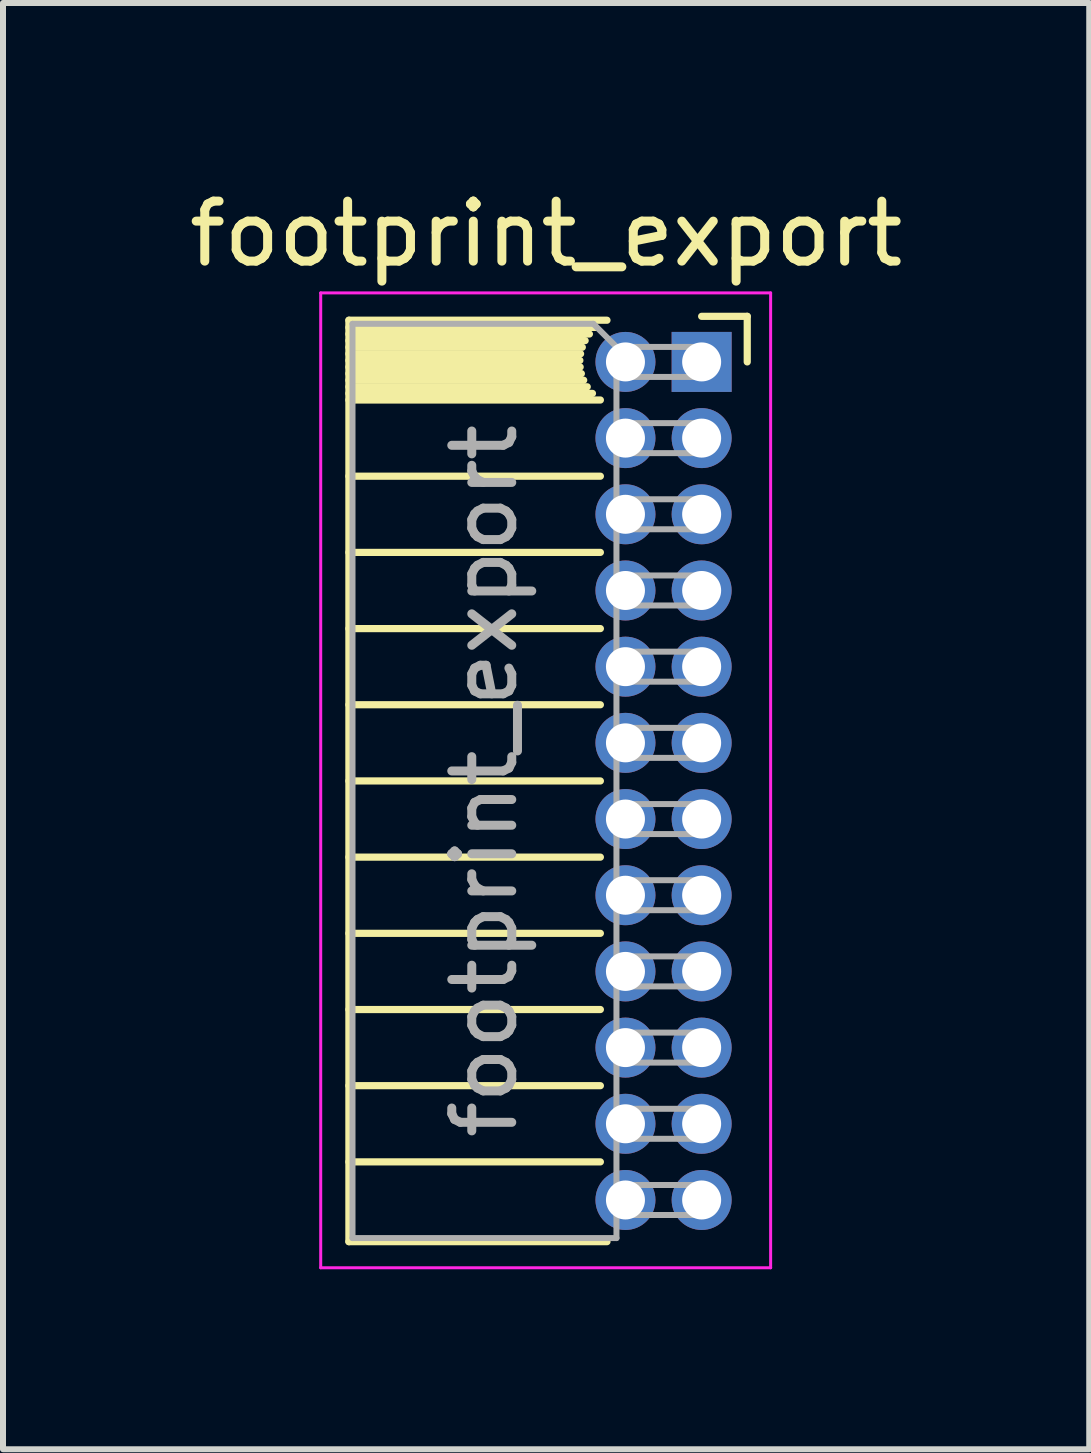
<source format=kicad_pcb>
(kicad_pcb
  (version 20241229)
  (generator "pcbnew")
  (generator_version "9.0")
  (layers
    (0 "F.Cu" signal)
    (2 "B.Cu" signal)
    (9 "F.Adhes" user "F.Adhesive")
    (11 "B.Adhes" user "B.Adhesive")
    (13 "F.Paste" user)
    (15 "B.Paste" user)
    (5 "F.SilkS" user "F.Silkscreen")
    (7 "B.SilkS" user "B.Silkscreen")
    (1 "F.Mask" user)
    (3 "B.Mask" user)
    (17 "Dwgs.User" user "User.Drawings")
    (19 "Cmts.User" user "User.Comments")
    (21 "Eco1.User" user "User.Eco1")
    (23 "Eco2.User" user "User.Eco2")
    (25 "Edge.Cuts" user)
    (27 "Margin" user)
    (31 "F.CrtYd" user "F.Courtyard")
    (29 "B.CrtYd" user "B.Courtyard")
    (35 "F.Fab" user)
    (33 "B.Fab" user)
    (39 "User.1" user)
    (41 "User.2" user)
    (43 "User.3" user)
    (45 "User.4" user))
  (footprint "footprint_export"
    (layer "F.Cu")
    (at 8.646 2.983)
    (property "Reference" "footprint_export" (at -2.592 -2.135 0) (layer "F.SilkS") (effects (font (size 1 1) (thickness 0.15))))
    (attr through_hole)
    (fp_line (start -5.88 -0.695) (end -5.88 14.665) (stroke (width 0.12) (type solid)) (layer "F.SilkS"))
    (fp_line (start -5.88 -0.695) (end -1.578 -0.695) (stroke (width 0.12) (type solid)) (layer "F.SilkS"))
    (fp_line (start -5.88 -0.575) (end -1.767 -0.575) (stroke (width 0.12) (type solid)) (layer "F.SilkS"))
    (fp_line (start -5.88 -0.465) (end -1.871 -0.465) (stroke (width 0.12) (type solid)) (layer "F.SilkS"))
    (fp_line (start -5.88 -0.355) (end -1.942 -0.355) (stroke (width 0.12) (type solid)) (layer "F.SilkS"))
    (fp_line (start -5.88 -0.245) (end -1.989 -0.245) (stroke (width 0.12) (type solid)) (layer "F.SilkS"))
    (fp_line (start -5.88 -0.135) (end -2.018 -0.135) (stroke (width 0.12) (type solid)) (layer "F.SilkS"))
    (fp_line (start -5.88 -0.025) (end -2.03 -0.025) (stroke (width 0.12) (type solid)) (layer "F.SilkS"))
    (fp_line (start -5.88 0.085) (end -2.025 0.085) (stroke (width 0.12) (type solid)) (layer "F.SilkS"))
    (fp_line (start -5.88 0.195) (end -2.005 0.195) (stroke (width 0.12) (type solid)) (layer "F.SilkS"))
    (fp_line (start -5.88 0.305) (end -1.966 0.305) (stroke (width 0.12) (type solid)) (layer "F.SilkS"))
    (fp_line (start -5.88 0.415) (end -1.907 0.415) (stroke (width 0.12) (type solid)) (layer "F.SilkS"))
    (fp_line (start -5.88 0.525) (end -1.82 0.525) (stroke (width 0.12) (type solid)) (layer "F.SilkS"))
    (fp_line (start -5.88 0.635) (end -1.688 0.635) (stroke (width 0.12) (type solid)) (layer "F.SilkS"))
    (fp_line (start -5.88 1.905) (end -1.688 1.905) (stroke (width 0.12) (type solid)) (layer "F.SilkS"))
    (fp_line (start -5.88 3.175) (end -1.688 3.175) (stroke (width 0.12) (type solid)) (layer "F.SilkS"))
    (fp_line (start -5.88 4.445) (end -1.688 4.445) (stroke (width 0.12) (type solid)) (layer "F.SilkS"))
    (fp_line (start -5.88 5.715) (end -1.688 5.715) (stroke (width 0.12) (type solid)) (layer "F.SilkS"))
    (fp_line (start -5.88 6.985) (end -1.688 6.985) (stroke (width 0.12) (type solid)) (layer "F.SilkS"))
    (fp_line (start -5.88 8.255) (end -1.688 8.255) (stroke (width 0.12) (type solid)) (layer "F.SilkS"))
    (fp_line (start -5.88 9.525) (end -1.688 9.525) (stroke (width 0.12) (type solid)) (layer "F.SilkS"))
    (fp_line (start -5.88 10.795) (end -1.688 10.795) (stroke (width 0.12) (type solid)) (layer "F.SilkS"))
    (fp_line (start -5.88 12.065) (end -1.688 12.065) (stroke (width 0.12) (type solid)) (layer "F.SilkS"))
    (fp_line (start -5.88 13.335) (end -1.688 13.335) (stroke (width 0.12) (type solid)) (layer "F.SilkS"))
    (fp_line (start -5.88 14.665) (end -1.578 14.665) (stroke (width 0.12) (type solid)) (layer "F.SilkS"))
    (fp_line (start 0 -0.76) (end 0.76 -0.76) (stroke (width 0.12) (type solid)) (layer "F.SilkS"))
    (fp_line (start 0.76 -0.76) (end 0.76 0) (stroke (width 0.12) (type solid)) (layer "F.SilkS"))
    (fp_line (start -6.35 -1.15) (end -6.35 15.1) (stroke (width 0.05) (type solid)) (layer "F.CrtYd"))
    (fp_line (start -6.35 15.1) (end 1.15 15.1) (stroke (width 0.05) (type solid)) (layer "F.CrtYd"))
    (fp_line (start 1.15 -1.15) (end -6.35 -1.15) (stroke (width 0.05) (type solid)) (layer "F.CrtYd"))
    (fp_line (start 1.15 15.1) (end 1.15 -1.15) (stroke (width 0.05) (type solid)) (layer "F.CrtYd"))
    (fp_line (start -5.82 -0.635) (end -1.805 -0.635) (stroke (width 0.1) (type solid)) (layer "F.Fab"))
    (fp_line (start -5.82 14.605) (end -5.82 -0.635) (stroke (width 0.1) (type solid)) (layer "F.Fab"))
    (fp_line (start -1.805 -0.635) (end -1.42 -0.25) (stroke (width 0.1) (type solid)) (layer "F.Fab"))
    (fp_line (start -1.42 -0.25) (end -1.42 14.605) (stroke (width 0.1) (type solid)) (layer "F.Fab"))
    (fp_line (start -1.42 0.25) (end 0 0.25) (stroke (width 0.1) (type solid)) (layer "F.Fab"))
    (fp_line (start -1.42 1.52) (end 0 1.52) (stroke (width 0.1) (type solid)) (layer "F.Fab"))
    (fp_line (start -1.42 2.79) (end 0 2.79) (stroke (width 0.1) (type solid)) (layer "F.Fab"))
    (fp_line (start -1.42 4.06) (end 0 4.06) (stroke (width 0.1) (type solid)) (layer "F.Fab"))
    (fp_line (start -1.42 5.33) (end 0 5.33) (stroke (width 0.1) (type solid)) (layer "F.Fab"))
    (fp_line (start -1.42 6.6) (end 0 6.6) (stroke (width 0.1) (type solid)) (layer "F.Fab"))
    (fp_line (start -1.42 7.87) (end 0 7.87) (stroke (width 0.1) (type solid)) (layer "F.Fab"))
    (fp_line (start -1.42 9.14) (end 0 9.14) (stroke (width 0.1) (type solid)) (layer "F.Fab"))
    (fp_line (start -1.42 10.41) (end 0 10.41) (stroke (width 0.1) (type solid)) (layer "F.Fab"))
    (fp_line (start -1.42 11.68) (end 0 11.68) (stroke (width 0.1) (type solid)) (layer "F.Fab"))
    (fp_line (start -1.42 12.95) (end 0 12.95) (stroke (width 0.1) (type solid)) (layer "F.Fab"))
    (fp_line (start -1.42 14.22) (end 0 14.22) (stroke (width 0.1) (type solid)) (layer "F.Fab"))
    (fp_line (start -1.42 14.605) (end -5.82 14.605) (stroke (width 0.1) (type solid)) (layer "F.Fab"))
    (fp_line (start 0 -0.25) (end -1.42 -0.25) (stroke (width 0.1) (type solid)) (layer "F.Fab"))
    (fp_line (start 0 0.25) (end 0 -0.25) (stroke (width 0.1) (type solid)) (layer "F.Fab"))
    (fp_line (start 0 1.02) (end -1.42 1.02) (stroke (width 0.1) (type solid)) (layer "F.Fab"))
    (fp_line (start 0 1.52) (end 0 1.02) (stroke (width 0.1) (type solid)) (layer "F.Fab"))
    (fp_line (start 0 2.29) (end -1.42 2.29) (stroke (width 0.1) (type solid)) (layer "F.Fab"))
    (fp_line (start 0 2.79) (end 0 2.29) (stroke (width 0.1) (type solid)) (layer "F.Fab"))
    (fp_line (start 0 3.56) (end -1.42 3.56) (stroke (width 0.1) (type solid)) (layer "F.Fab"))
    (fp_line (start 0 4.06) (end 0 3.56) (stroke (width 0.1) (type solid)) (layer "F.Fab"))
    (fp_line (start 0 4.83) (end -1.42 4.83) (stroke (width 0.1) (type solid)) (layer "F.Fab"))
    (fp_line (start 0 5.33) (end 0 4.83) (stroke (width 0.1) (type solid)) (layer "F.Fab"))
    (fp_line (start 0 6.1) (end -1.42 6.1) (stroke (width 0.1) (type solid)) (layer "F.Fab"))
    (fp_line (start 0 6.6) (end 0 6.1) (stroke (width 0.1) (type solid)) (layer "F.Fab"))
    (fp_line (start 0 7.37) (end -1.42 7.37) (stroke (width 0.1) (type solid)) (layer "F.Fab"))
    (fp_line (start 0 7.87) (end 0 7.37) (stroke (width 0.1) (type solid)) (layer "F.Fab"))
    (fp_line (start 0 8.64) (end -1.42 8.64) (stroke (width 0.1) (type solid)) (layer "F.Fab"))
    (fp_line (start 0 9.14) (end 0 8.64) (stroke (width 0.1) (type solid)) (layer "F.Fab"))
    (fp_line (start 0 9.91) (end -1.42 9.91) (stroke (width 0.1) (type solid)) (layer "F.Fab"))
    (fp_line (start 0 10.41) (end 0 9.91) (stroke (width 0.1) (type solid)) (layer "F.Fab"))
    (fp_line (start 0 11.18) (end -1.42 11.18) (stroke (width 0.1) (type solid)) (layer "F.Fab"))
    (fp_line (start 0 11.68) (end 0 11.18) (stroke (width 0.1) (type solid)) (layer "F.Fab"))
    (fp_line (start 0 12.45) (end -1.42 12.45) (stroke (width 0.1) (type solid)) (layer "F.Fab"))
    (fp_line (start 0 12.95) (end 0 12.45) (stroke (width 0.1) (type solid)) (layer "F.Fab"))
    (fp_line (start 0 13.72) (end -1.42 13.72) (stroke (width 0.1) (type solid)) (layer "F.Fab"))
    (fp_line (start 0 14.22) (end 0 13.72) (stroke (width 0.1) (type solid)) (layer "F.Fab"))
    (fp_text user "${REFERENCE}" (at -3.62 6.985 90) (layer "F.Fab") (effects (font (size 1 1) (thickness 0.15))))
    (pad "1" thru_hole rect (at 0 0) (size 1 1) (drill 0.65) (layers "*.Cu" "*.Mask"))
    (pad "2" thru_hole oval (at -1.27 0) (size 1 1) (drill 0.65) (layers "*.Cu" "*.Mask"))
    (pad "3" thru_hole oval (at 0 1.27) (size 1 1) (drill 0.65) (layers "*.Cu" "*.Mask"))
    (pad "4" thru_hole oval (at -1.27 1.27) (size 1 1) (drill 0.65) (layers "*.Cu" "*.Mask"))
    (pad "5" thru_hole oval (at 0 2.54) (size 1 1) (drill 0.65) (layers "*.Cu" "*.Mask"))
    (pad "6" thru_hole oval (at -1.27 2.54) (size 1 1) (drill 0.65) (layers "*.Cu" "*.Mask"))
    (pad "7" thru_hole oval (at 0 3.81) (size 1 1) (drill 0.65) (layers "*.Cu" "*.Mask"))
    (pad "8" thru_hole oval (at -1.27 3.81) (size 1 1) (drill 0.65) (layers "*.Cu" "*.Mask"))
    (pad "9" thru_hole oval (at 0 5.08) (size 1 1) (drill 0.65) (layers "*.Cu" "*.Mask"))
    (pad "10" thru_hole oval (at -1.27 5.08) (size 1 1) (drill 0.65) (layers "*.Cu" "*.Mask"))
    (pad "11" thru_hole oval (at 0 6.35) (size 1 1) (drill 0.65) (layers "*.Cu" "*.Mask"))
    (pad "12" thru_hole oval (at -1.27 6.35) (size 1 1) (drill 0.65) (layers "*.Cu" "*.Mask"))
    (pad "13" thru_hole oval (at 0 7.62) (size 1 1) (drill 0.65) (layers "*.Cu" "*.Mask"))
    (pad "14" thru_hole oval (at -1.27 7.62) (size 1 1) (drill 0.65) (layers "*.Cu" "*.Mask"))
    (pad "15" thru_hole oval (at 0 8.89) (size 1 1) (drill 0.65) (layers "*.Cu" "*.Mask"))
    (pad "16" thru_hole oval (at -1.27 8.89) (size 1 1) (drill 0.65) (layers "*.Cu" "*.Mask"))
    (pad "17" thru_hole oval (at 0 10.16) (size 1 1) (drill 0.65) (layers "*.Cu" "*.Mask"))
    (pad "18" thru_hole oval (at -1.27 10.16) (size 1 1) (drill 0.65) (layers "*.Cu" "*.Mask"))
    (pad "19" thru_hole oval (at 0 11.43) (size 1 1) (drill 0.65) (layers "*.Cu" "*.Mask"))
    (pad "20" thru_hole oval (at -1.27 11.43) (size 1 1) (drill 0.65) (layers "*.Cu" "*.Mask"))
    (pad "21" thru_hole oval (at 0 12.7) (size 1 1) (drill 0.65) (layers "*.Cu" "*.Mask"))
    (pad "22" thru_hole oval (at -1.27 12.7) (size 1 1) (drill 0.65) (layers "*.Cu" "*.Mask"))
    (pad "23" thru_hole oval (at 0 13.97) (size 1 1) (drill 0.65) (layers "*.Cu" "*.Mask"))
    (pad "24" thru_hole oval (at -1.27 13.97) (size 1 1) (drill 0.65) (layers "*.Cu" "*.Mask")))
  (gr_rect
    (start -3 -3)
    (end 15.107 21.108)
    (stroke (width 0.1) (type default))
    (fill no)
    (layer "Edge.Cuts")))
</source>
